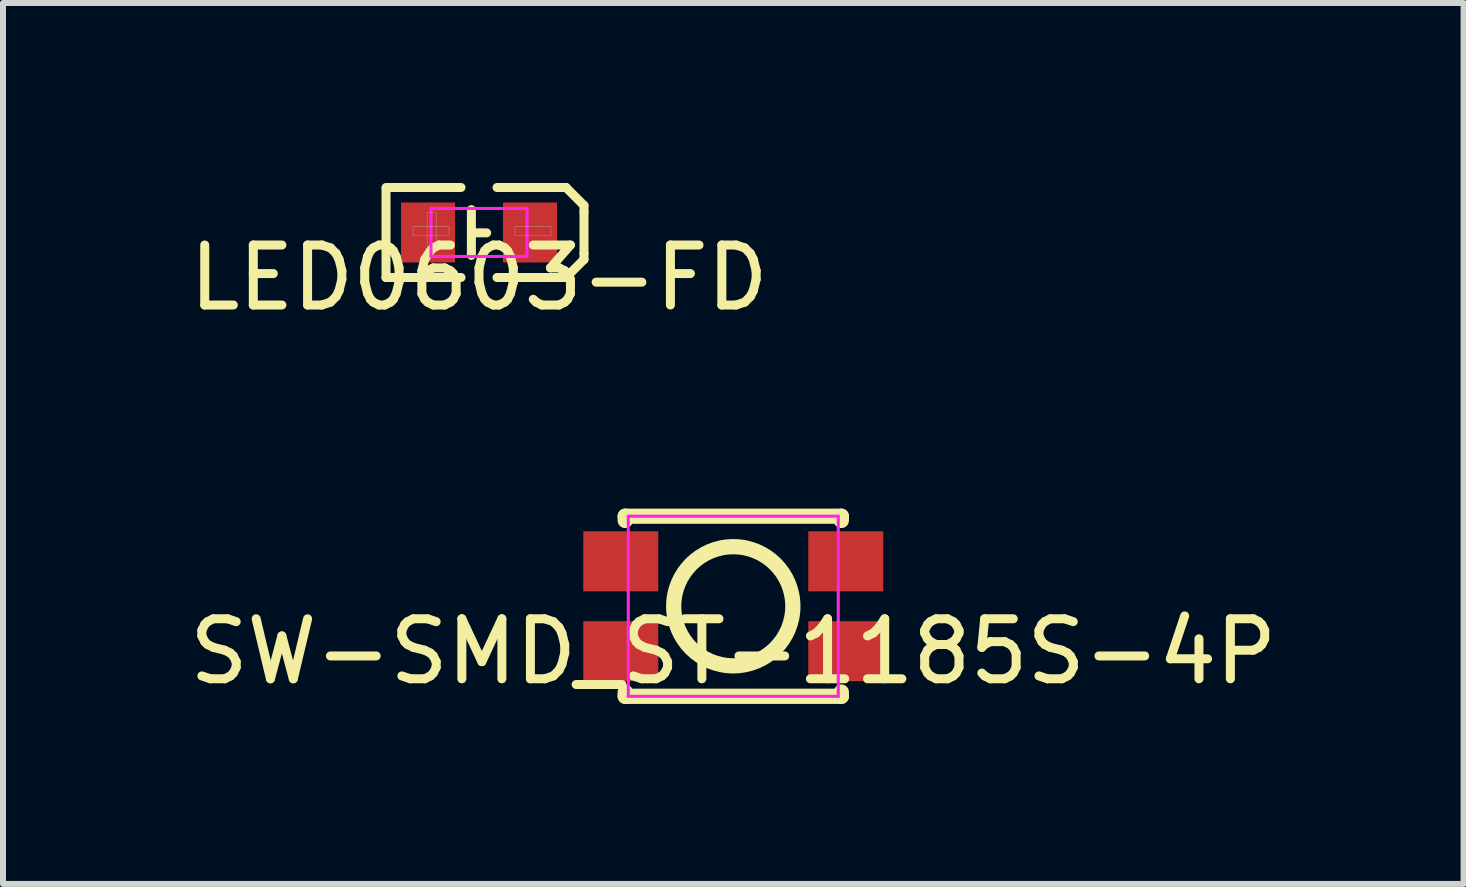
<source format=kicad_pcb>
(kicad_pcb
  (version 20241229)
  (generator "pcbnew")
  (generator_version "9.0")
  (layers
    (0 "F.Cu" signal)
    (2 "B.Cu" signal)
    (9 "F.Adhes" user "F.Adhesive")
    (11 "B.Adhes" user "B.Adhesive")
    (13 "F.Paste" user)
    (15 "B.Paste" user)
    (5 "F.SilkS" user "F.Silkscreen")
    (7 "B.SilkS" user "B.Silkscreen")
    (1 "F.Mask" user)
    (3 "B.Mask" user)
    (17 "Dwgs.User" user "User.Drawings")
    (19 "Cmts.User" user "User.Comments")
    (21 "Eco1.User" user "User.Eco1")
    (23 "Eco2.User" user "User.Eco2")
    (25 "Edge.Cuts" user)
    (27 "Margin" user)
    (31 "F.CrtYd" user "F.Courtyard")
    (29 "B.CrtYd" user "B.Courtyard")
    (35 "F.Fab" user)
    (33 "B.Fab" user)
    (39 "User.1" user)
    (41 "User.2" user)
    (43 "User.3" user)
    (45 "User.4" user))
  (footprint "SW-SMD_ST-1185S-4P"
    (layer "F.Cu")
    (at 9.172 7.055)
    (property "Reference" "SW-SMD_ST-1185S-4P" (at 0 0.754 0) (layer "F.SilkS") (effects (font (size 1 1) (thickness 0.15))))
    (attr through_hole)
    (fp_line (start -1.801 -1.501) (end -1.801 -1.43) (stroke (width 0.254) (type solid)) (layer "F.SilkS"))
    (fp_line (start -1.801 -1.501) (end 1.801 -1.501) (stroke (width 0.254) (type solid)) (layer "F.SilkS"))
    (fp_line (start -1.801 1.43) (end -1.801 1.501) (stroke (width 0.254) (type solid)) (layer "F.SilkS"))
    (fp_line (start -1.801 1.501) (end 1.801 1.501) (stroke (width 0.254) (type solid)) (layer "F.SilkS"))
    (fp_line (start 1.801 -1.501) (end 1.801 -1.43) (stroke (width 0.254) (type solid)) (layer "F.SilkS"))
    (fp_line (start 1.801 1.43) (end 1.801 1.501) (stroke (width 0.254) (type solid)) (layer "F.SilkS"))
    (fp_circle (center 0 0) (end 0.993 0) (stroke (width 0.254) (type solid)) (fill no) (layer "F.SilkS"))
    (fp_poly (pts (xy -1.651 -1.001) (xy -1.651 -0.5) (xy -2.349 -0.5) (xy -2.349 -1.001)) (stroke (width 0.005) (type solid)) (fill no) (layer "Eco2.User"))
    (fp_poly (pts (xy -1.651 0.5) (xy -1.651 1.001) (xy -2.349 1.001) (xy -2.349 0.5)) (stroke (width 0.005) (type solid)) (fill no) (layer "Eco2.User"))
    (fp_poly (pts (xy 2.349 -1.001) (xy 2.349 -0.5) (xy 1.651 -0.5) (xy 1.651 -1.001)) (stroke (width 0.005) (type solid)) (fill no) (layer "Eco2.User"))
    (fp_poly (pts (xy 2.349 0.5) (xy 2.349 1.001) (xy 1.651 1.001) (xy 1.651 0.5)) (stroke (width 0.005) (type solid)) (fill no) (layer "Eco2.User"))
    (fp_poly (pts (xy -2.288 -1.501) (xy -2.29 -1.513) (xy -2.293 -1.524) (xy -2.299 -1.535) (xy -2.306 -1.544) (xy -2.316 -1.552) (xy -2.326 -1.558) (xy -2.338 -1.561) (xy -2.349 -1.562) (xy -2.361 -1.561) (xy -2.373 -1.558) (xy -2.383 -1.552) (xy -2.393 -1.544) (xy -2.4 -1.535) (xy -2.406 -1.524) (xy -2.409 -1.513) (xy -2.41 -1.501) (xy -2.409 -1.489) (xy -2.406 -1.478) (xy -2.4 -1.467) (xy -2.393 -1.458) (xy -2.383 -1.45) (xy -2.373 -1.445) (xy -2.361 -1.441) (xy -2.349 -1.44) (xy -2.338 -1.441) (xy -2.326 -1.445) (xy -2.316 -1.45) (xy -2.306 -1.458) (xy -2.299 -1.467) (xy -2.293 -1.478) (xy -2.29 -1.489)) (stroke (width 0.005) (type solid)) (fill no) (layer "Eco2.User"))
    (fp_line (start -1.75 -1.501) (end 1.75 -1.501) (stroke (width 0.051) (type solid)) (layer "F.CrtYd"))
    (fp_line (start -1.75 1.501) (end -1.75 -1.501) (stroke (width 0.051) (type solid)) (layer "F.CrtYd"))
    (fp_line (start 1.75 -1.501) (end 1.75 1.501) (stroke (width 0.051) (type solid)) (layer "F.CrtYd"))
    (fp_line (start 1.75 1.501) (end -1.75 1.501) (stroke (width 0.051) (type solid)) (layer "F.CrtYd"))
    (pad "1" smd rect (at -1.875 -0.749 90) (size 1.001 1.25) (layers "F.Cu" "F.Mask" "F.Paste"))
    (pad "2" smd rect (at 1.875 -0.749 90) (size 1.001 1.25) (layers "F.Cu" "F.Mask" "F.Paste"))
    (pad "3" smd rect (at -1.875 0.749 90) (size 1.001 1.25) (layers "F.Cu" "F.Mask" "F.Paste"))
    (pad "4" smd rect (at 1.875 0.749 90) (size 1.001 1.25) (layers "F.Cu" "F.Mask" "F.Paste")))
  (footprint "LED0603-FD"
    (layer "F.Cu")
    (at 4.934 0.825)
    (property "Reference" "LED0603-FD" (at 0 0.754 0) (layer "F.SilkS") (effects (font (size 1 1) (thickness 0.15))))
    (attr through_hole)
    (fp_line (start -1.55 0.75) (end -1.55 -0.73) (stroke (width 0.15) (type solid)) (layer "F.SilkS"))
    (fp_line (start -0.3 -0.75) (end -1.55 -0.75) (stroke (width 0.15) (type solid)) (layer "F.SilkS"))
    (fp_line (start -0.3 0.75) (end -1.55 0.75) (stroke (width 0.15) (type solid)) (layer "F.SilkS"))
    (fp_line (start -0.127 -0.381) (end -0.127 0.381) (stroke (width 0.15) (type solid)) (layer "F.SilkS"))
    (fp_line (start -0.127 0.006) (end 0.127 0.006) (stroke (width 0.15) (type solid)) (layer "F.SilkS"))
    (fp_line (start 0.3 -0.75) (end 1.45 -0.75) (stroke (width 0.15) (type solid)) (layer "F.SilkS"))
    (fp_line (start 0.3 0.75) (end 1.45 0.75) (stroke (width 0.15) (type solid)) (layer "F.SilkS"))
    (fp_line (start 1.75 -0.45) (end 1.45 -0.75) (stroke (width 0.15) (type solid)) (layer "F.SilkS"))
    (fp_line (start 1.75 -0.35) (end 1.75 -0.45) (stroke (width 0.15) (type solid)) (layer "F.SilkS"))
    (fp_line (start 1.75 0.35) (end 1.75 -0.35) (stroke (width 0.15) (type solid)) (layer "F.SilkS"))
    (fp_line (start 1.75 0.35) (end 1.75 0.45) (stroke (width 0.15) (type solid)) (layer "F.SilkS"))
    (fp_line (start 1.75 0.45) (end 1.45 0.75) (stroke (width 0.15) (type solid)) (layer "F.SilkS"))
    (fp_poly (pts (xy -1.1 -0.1) (xy -0.5 -0.1) (xy -0.5 0.05) (xy -1.1 0.05)) (stroke (width 0.005) (type solid)) (fill no) (layer "Dwgs.User"))
    (fp_poly (pts (xy -0.865 0.273) (xy -0.865 -0.327) (xy -0.715 -0.327) (xy -0.715 0.273)) (stroke (width 0.005) (type solid)) (fill no) (layer "Dwgs.User"))
    (fp_poly (pts (xy 0.6 -0.1) (xy 1.2 -0.1) (xy 1.2 0.05) (xy 0.6 0.05)) (stroke (width 0.005) (type solid)) (fill no) (layer "Dwgs.User"))
    (fp_poly (pts (xy -1.065 0.35) (xy -1.065 -0.35) (xy -0.635 -0.35) (xy -0.635 0.35)) (stroke (width 0.005) (type solid)) (fill no) (layer "Eco2.User"))
    (fp_poly (pts (xy 0.635 0.35) (xy 0.635 -0.35) (xy 1.065 -0.35) (xy 1.065 0.35)) (stroke (width 0.005) (type solid)) (fill no) (layer "Eco2.User"))
    (fp_poly (pts (xy -1.005 0.4) (xy -1.006 0.388) (xy -1.01 0.377) (xy -1.015 0.367) (xy -1.023 0.358) (xy -1.032 0.35) (xy -1.042 0.345) (xy -1.053 0.341) (xy -1.065 0.34) (xy -1.077 0.341) (xy -1.088 0.345) (xy -1.098 0.35) (xy -1.107 0.358) (xy -1.115 0.367) (xy -1.12 0.377) (xy -1.124 0.388) (xy -1.125 0.4) (xy -1.124 0.412) (xy -1.12 0.423) (xy -1.115 0.433) (xy -1.107 0.442) (xy -1.098 0.45) (xy -1.088 0.455) (xy -1.077 0.459) (xy -1.065 0.46) (xy -1.053 0.459) (xy -1.042 0.455) (xy -1.032 0.45) (xy -1.023 0.442) (xy -1.015 0.433) (xy -1.01 0.423) (xy -1.006 0.412)) (stroke (width 0.005) (type solid)) (fill no) (layer "Eco2.User"))
    (fp_line (start -0.8 -0.4) (end 0.8 -0.4) (stroke (width 0.051) (type solid)) (layer "F.CrtYd"))
    (fp_line (start -0.8 0.4) (end -0.8 -0.4) (stroke (width 0.051) (type solid)) (layer "F.CrtYd"))
    (fp_line (start 0.8 -0.4) (end 0.8 0.4) (stroke (width 0.051) (type solid)) (layer "F.CrtYd"))
    (fp_line (start 0.8 0.4) (end -0.8 0.4) (stroke (width 0.051) (type solid)) (layer "F.CrtYd"))
    (pad "1" smd rect (at -0.85 0 270) (size 1 0.9) (layers "F.Cu" "F.Mask" "F.Paste"))
    (pad "2" smd rect (at 0.85 0 270) (size 1 0.9) (layers "F.Cu" "F.Mask" "F.Paste")))
  (gr_rect
    (start -3 -3)
    (end 21.345 11.683)
    (stroke (width 0.1) (type default))
    (fill no)
    (layer "Edge.Cuts")))
</source>
